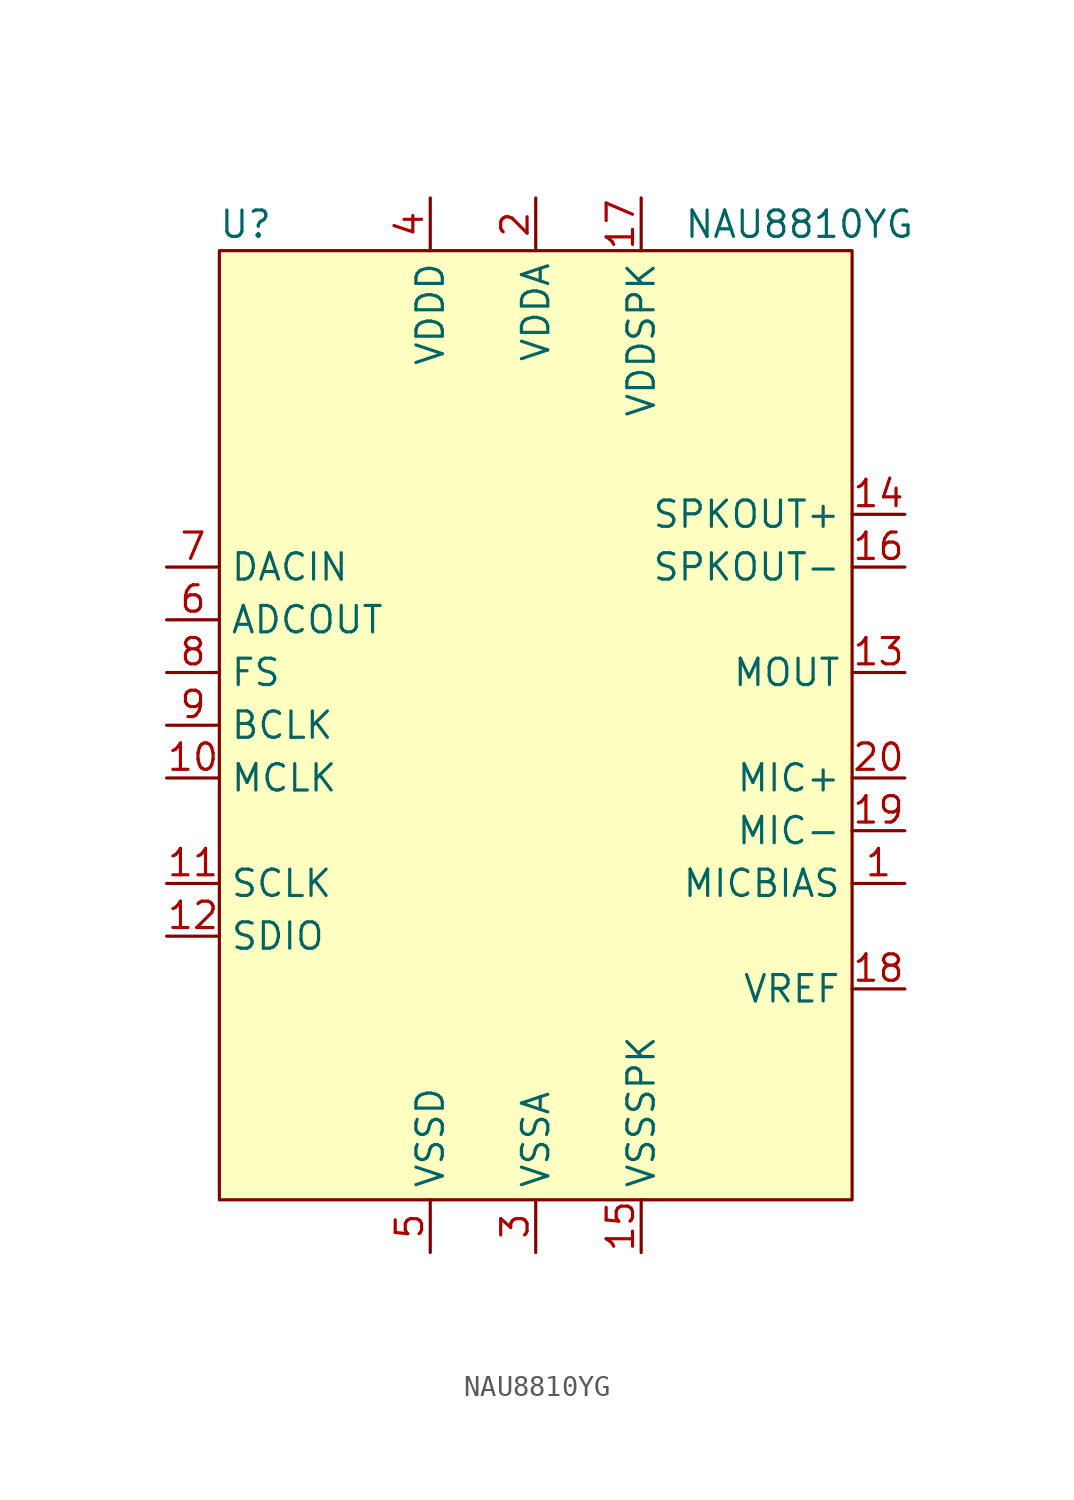
<source format=kicad_sym>
(kicad_symbol_lib
  (version 20210619)
  (generator kicad_symbol_editor)
  (symbol "NAU8810YG"
    (property "Reference" "U"
      (at -13.97 24.13 0)
      (effects (font (size 1.27 1.27))))
    (property "Value" "NAU8810YG"
      (at 12.7 24.13 0)
      (effects (font (size 1.27 1.27))))
    (symbol "NAU8810YG_0_1"
      (rectangle (start 15.24 -22.86) (end -15.24 22.86) (stroke (width 0)) (fill (type background))))
    (symbol "NAU8810YG_1_1"
      (pin output line (at 17.78 -7.62 180) (length 2.54) (name "MICBIAS" (effects (font (size 1.27 1.27)))) (number "1" (effects (font (size 1.27 1.27)))))
      (pin input line (at -17.78 -2.54 0) (length 2.54) (name "MCLK" (effects (font (size 1.27 1.27)))) (number "10" (effects (font (size 1.27 1.27)))))
      (pin input line (at -17.78 -7.62 0) (length 2.54) (name "SCLK" (effects (font (size 1.27 1.27)))) (number "11" (effects (font (size 1.27 1.27)))))
      (pin output line (at -17.78 -10.16 0) (length 2.54) (name "SDIO" (effects (font (size 1.27 1.27)))) (number "12" (effects (font (size 1.27 1.27)))))
      (pin output line (at 17.78 2.54 180) (length 2.54) (name "MOUT" (effects (font (size 1.27 1.27)))) (number "13" (effects (font (size 1.27 1.27)))))
      (pin output line (at 17.78 10.16 180) (length 2.54) (name "SPKOUT+" (effects (font (size 1.27 1.27)))) (number "14" (effects (font (size 1.27 1.27)))))
      (pin output line (at 5.08 -25.4 90) (length 2.54) (name "VSSSPK" (effects (font (size 1.27 1.27)))) (number "15" (effects (font (size 1.27 1.27)))))
      (pin output line (at 17.78 7.62 180) (length 2.54) (name "SPKOUT-" (effects (font (size 1.27 1.27)))) (number "16" (effects (font (size 1.27 1.27)))))
      (pin power_in line (at 5.08 25.4 270) (length 2.54) (name "VDDSPK" (effects (font (size 1.27 1.27)))) (number "17" (effects (font (size 1.27 1.27)))))
      (pin output line (at 17.78 -12.7 180) (length 2.54) (name "VREF" (effects (font (size 1.27 1.27)))) (number "18" (effects (font (size 1.27 1.27)))))
      (pin input line (at 17.78 -5.08 180) (length 2.54) (name "MIC-" (effects (font (size 1.27 1.27)))) (number "19" (effects (font (size 1.27 1.27)))))
      (pin power_in line (at 0 25.4 270) (length 2.54) (name "VDDA" (effects (font (size 1.27 1.27)))) (number "2" (effects (font (size 1.27 1.27)))))
      (pin input line (at 17.78 -2.54 180) (length 2.54) (name "MIC+" (effects (font (size 1.27 1.27)))) (number "20" (effects (font (size 1.27 1.27)))))
      (pin passive line (at 0 -25.4 90) (length 2.54) hide (name "VSSA" (effects (font (size 1.27 1.27)))) (number "21" (effects (font (size 1.27 1.27)))))
      (pin power_in line (at 0 -25.4 90) (length 2.54) (name "VSSA" (effects (font (size 1.27 1.27)))) (number "3" (effects (font (size 1.27 1.27)))))
      (pin power_in line (at -5.08 25.4 270) (length 2.54) (name "VDDD" (effects (font (size 1.27 1.27)))) (number "4" (effects (font (size 1.27 1.27)))))
      (pin power_in line (at -5.08 -25.4 90) (length 2.54) (name "VSSD" (effects (font (size 1.27 1.27)))) (number "5" (effects (font (size 1.27 1.27)))))
      (pin output line (at -17.78 5.08 0) (length 2.54) (name "ADCOUT" (effects (font (size 1.27 1.27)))) (number "6" (effects (font (size 1.27 1.27)))))
      (pin input line (at -17.78 7.62 0) (length 2.54) (name "DACIN" (effects (font (size 1.27 1.27)))) (number "7" (effects (font (size 1.27 1.27)))))
      (pin bidirectional line (at -17.78 2.54 0) (length 2.54) (name "FS" (effects (font (size 1.27 1.27)))) (number "8" (effects (font (size 1.27 1.27)))))
      (pin bidirectional line (at -17.78 0 0) (length 2.54) (name "BCLK" (effects (font (size 1.27 1.27)))) (number "9" (effects (font (size 1.27 1.27))))))))
</source>
